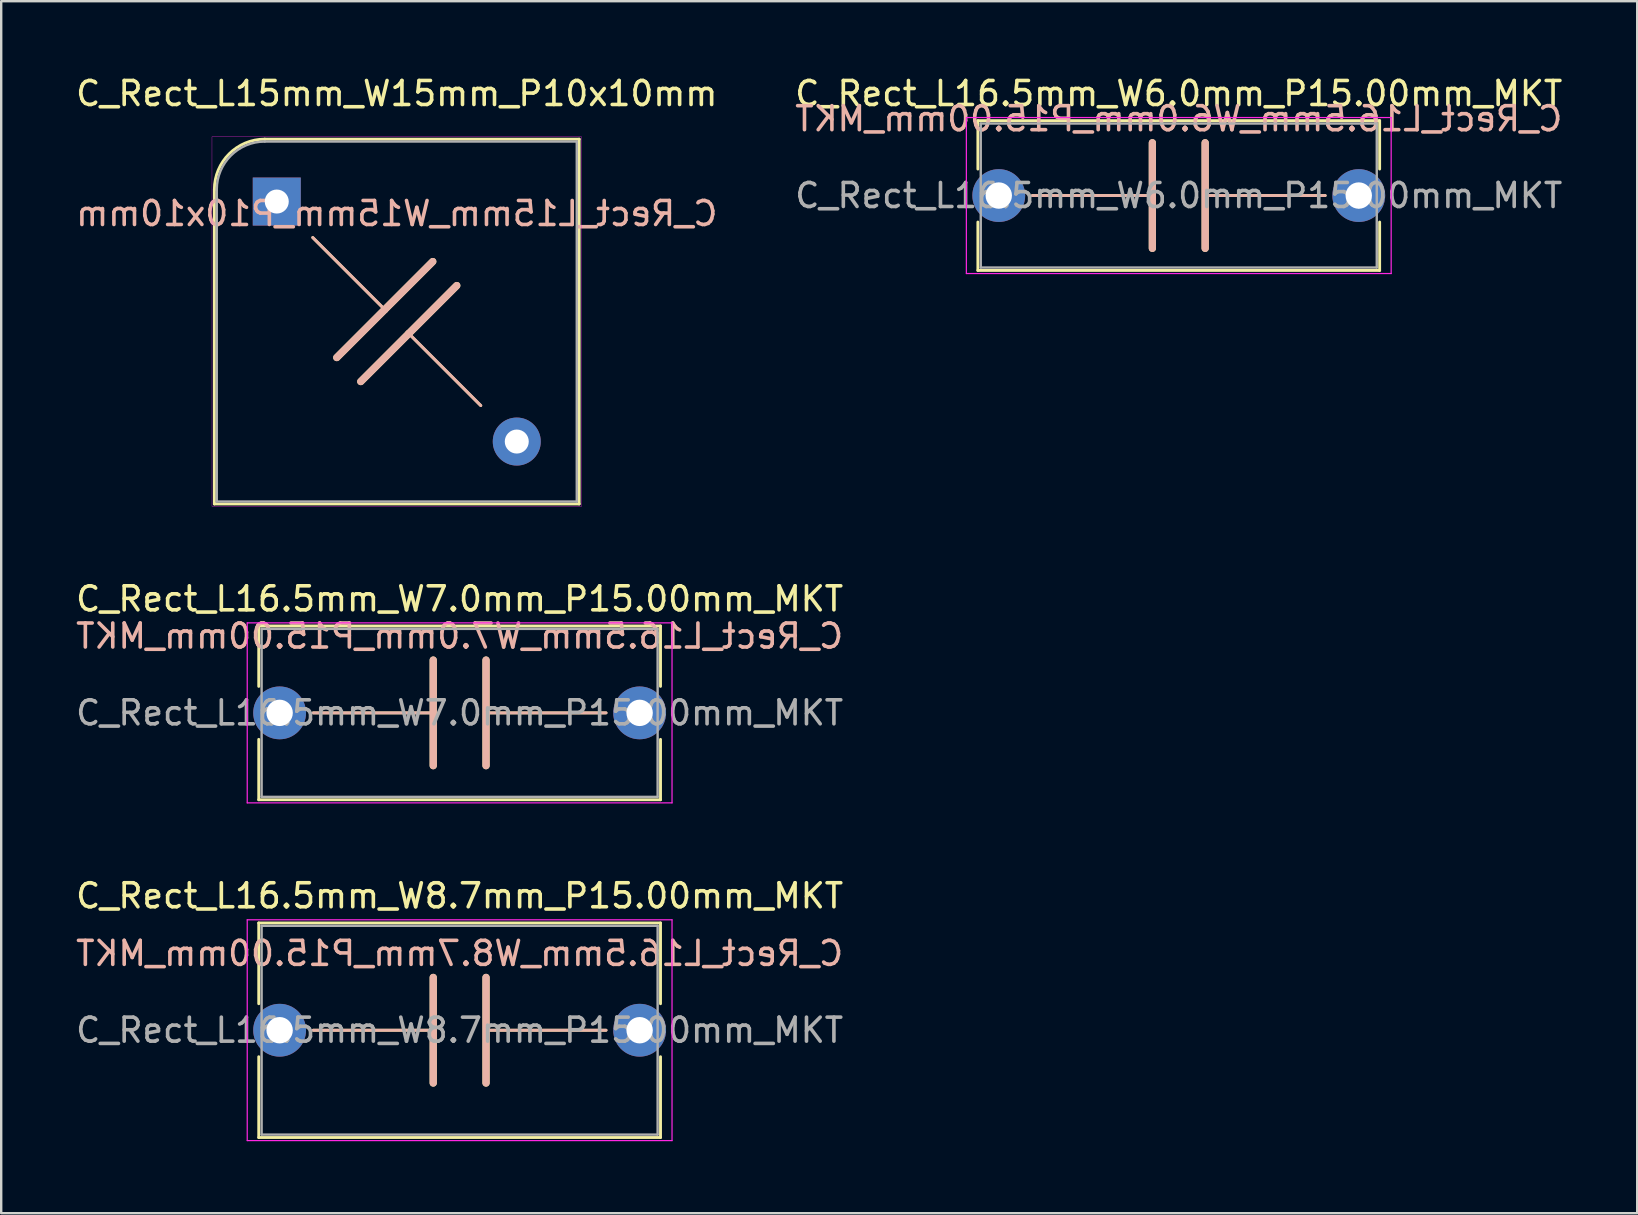
<source format=kicad_pcb>
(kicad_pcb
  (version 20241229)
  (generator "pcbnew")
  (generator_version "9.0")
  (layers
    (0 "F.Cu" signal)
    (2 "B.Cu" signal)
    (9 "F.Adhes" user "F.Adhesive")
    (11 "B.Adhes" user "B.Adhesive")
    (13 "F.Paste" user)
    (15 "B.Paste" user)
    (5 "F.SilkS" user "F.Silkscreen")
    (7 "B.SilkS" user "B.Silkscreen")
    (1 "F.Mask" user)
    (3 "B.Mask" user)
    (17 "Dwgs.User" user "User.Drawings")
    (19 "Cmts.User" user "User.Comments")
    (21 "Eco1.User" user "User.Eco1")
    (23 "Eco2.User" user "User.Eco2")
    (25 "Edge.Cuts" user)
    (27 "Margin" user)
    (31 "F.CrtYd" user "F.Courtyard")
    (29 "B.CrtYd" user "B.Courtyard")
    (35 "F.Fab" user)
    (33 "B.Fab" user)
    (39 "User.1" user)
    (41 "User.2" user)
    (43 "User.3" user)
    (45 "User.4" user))
  (footprint "C_Rect_L16.5mm_W7.0mm_P15.00mm_MKT"
    (layer "F.Cu")
    (at 8.601 26.653)
    (property "Reference" "C_Rect_L16.5mm_W7.0mm_P15.00mm_MKT" (at 7.5 -4.75 0) (layer "F.SilkS") (effects (font (size 1 1) (thickness 0.15))))
    (fp_line (start -0.87 -3.62) (end -0.87 -1.104) (stroke (width 0.12) (type solid)) (layer "F.SilkS"))
    (fp_line (start -0.87 -3.62) (end 15.87 -3.62) (stroke (width 0.12) (type solid)) (layer "F.SilkS"))
    (fp_line (start -0.87 1.104) (end -0.87 3.62) (stroke (width 0.12) (type solid)) (layer "F.SilkS"))
    (fp_line (start -0.87 3.62) (end 15.87 3.62) (stroke (width 0.12) (type solid)) (layer "F.SilkS"))
    (fp_line (start 1.4 0) (end 6.4 0) (stroke (width 0.12) (type solid)) (layer "F.SilkS"))
    (fp_line (start 6.4 -2.2) (end 6.4 2.2) (stroke (width 0.3) (type solid)) (layer "F.SilkS"))
    (fp_line (start 8.6 -2.2) (end 8.6 2.2) (stroke (width 0.3) (type solid)) (layer "F.SilkS"))
    (fp_line (start 8.6 0) (end 13.6 0) (stroke (width 0.12) (type solid)) (layer "F.SilkS"))
    (fp_line (start 15.87 -3.62) (end 15.87 -1.104) (stroke (width 0.12) (type solid)) (layer "F.SilkS"))
    (fp_line (start 15.87 1.104) (end 15.87 3.62) (stroke (width 0.12) (type solid)) (layer "F.SilkS"))
    (fp_line (start 1.4 0) (end 6.4 0) (stroke (width 0.12) (type solid)) (layer "B.SilkS"))
    (fp_line (start 6.4 2.2) (end 6.4 -2.2) (stroke (width 0.3) (type solid)) (layer "B.SilkS"))
    (fp_line (start 8.6 0) (end 13.6 0) (stroke (width 0.12) (type solid)) (layer "B.SilkS"))
    (fp_line (start 8.6 2.2) (end 8.6 -2.2) (stroke (width 0.3) (type solid)) (layer "B.SilkS"))
    (fp_line (start -1.35 -3.75) (end -1.35 3.75) (stroke (width 0.05) (type solid)) (layer "F.CrtYd"))
    (fp_line (start -1.35 3.75) (end 16.35 3.75) (stroke (width 0.05) (type solid)) (layer "F.CrtYd"))
    (fp_line (start 16.35 -3.75) (end -1.35 -3.75) (stroke (width 0.05) (type solid)) (layer "F.CrtYd"))
    (fp_line (start 16.35 3.75) (end 16.35 -3.75) (stroke (width 0.05) (type solid)) (layer "F.CrtYd"))
    (fp_line (start -0.75 -3.5) (end -0.75 3.5) (stroke (width 0.1) (type solid)) (layer "F.Fab"))
    (fp_line (start -0.75 3.5) (end 15.75 3.5) (stroke (width 0.1) (type solid)) (layer "F.Fab"))
    (fp_line (start 15.75 -3.5) (end -0.75 -3.5) (stroke (width 0.1) (type solid)) (layer "F.Fab"))
    (fp_line (start 15.75 3.5) (end 15.75 -3.5) (stroke (width 0.1) (type solid)) (layer "F.Fab"))
    (fp_text user "${REFERENCE}" (at 7.5 -3.2 0) (layer "B.SilkS") (effects (font (size 1 1) (thickness 0.15)) (justify mirror)))
    (fp_text user "${REFERENCE}" (at 7.5 0 0) (layer "F.Fab") (effects (font (size 1 1) (thickness 0.15))))
    (pad "1" thru_hole circle (at 0 0) (size 2.2 2.2) (drill 1.1) (layers "*.Cu" "*.Mask"))
    (pad "2" thru_hole circle (at 15 0) (size 2.2 2.2) (drill 1.1) (layers "*.Cu" "*.Mask")))
  (footprint "C_Rect_L16.5mm_W8.7mm_P15.00mm_MKT"
    (layer "F.Cu")
    (at 8.601 39.876)
    (property "Reference" "C_Rect_L16.5mm_W8.7mm_P15.00mm_MKT" (at 7.5 -5.6 0) (layer "F.SilkS") (effects (font (size 1 1) (thickness 0.15))))
    (fp_line (start -0.87 -4.47) (end -0.87 -1.104) (stroke (width 0.12) (type solid)) (layer "F.SilkS"))
    (fp_line (start -0.87 -4.47) (end 15.87 -4.47) (stroke (width 0.12) (type solid)) (layer "F.SilkS"))
    (fp_line (start -0.87 1.104) (end -0.87 4.47) (stroke (width 0.12) (type solid)) (layer "F.SilkS"))
    (fp_line (start -0.87 4.47) (end 15.87 4.47) (stroke (width 0.12) (type solid)) (layer "F.SilkS"))
    (fp_line (start 1.4 0) (end 6.4 0) (stroke (width 0.12) (type solid)) (layer "F.SilkS"))
    (fp_line (start 6.4 -2.2) (end 6.4 2.2) (stroke (width 0.3) (type solid)) (layer "F.SilkS"))
    (fp_line (start 8.6 -2.2) (end 8.6 2.2) (stroke (width 0.3) (type solid)) (layer "F.SilkS"))
    (fp_line (start 8.6 0) (end 13.6 0) (stroke (width 0.12) (type solid)) (layer "F.SilkS"))
    (fp_line (start 15.87 -4.47) (end 15.87 -1.104) (stroke (width 0.12) (type solid)) (layer "F.SilkS"))
    (fp_line (start 15.87 1.104) (end 15.87 4.47) (stroke (width 0.12) (type solid)) (layer "F.SilkS"))
    (fp_line (start 1.4 0) (end 6.4 0) (stroke (width 0.12) (type solid)) (layer "B.SilkS"))
    (fp_line (start 6.4 2.2) (end 6.4 -2.2) (stroke (width 0.3) (type solid)) (layer "B.SilkS"))
    (fp_line (start 8.6 0) (end 13.6 0) (stroke (width 0.12) (type solid)) (layer "B.SilkS"))
    (fp_line (start 8.6 2.2) (end 8.6 -2.2) (stroke (width 0.3) (type solid)) (layer "B.SilkS"))
    (fp_line (start -1.35 -4.6) (end -1.35 4.6) (stroke (width 0.05) (type solid)) (layer "F.CrtYd"))
    (fp_line (start -1.35 4.6) (end 16.35 4.6) (stroke (width 0.05) (type solid)) (layer "F.CrtYd"))
    (fp_line (start 16.35 -4.6) (end -1.35 -4.6) (stroke (width 0.05) (type solid)) (layer "F.CrtYd"))
    (fp_line (start 16.35 4.6) (end 16.35 -4.6) (stroke (width 0.05) (type solid)) (layer "F.CrtYd"))
    (fp_line (start -0.75 -4.35) (end -0.75 4.35) (stroke (width 0.1) (type solid)) (layer "F.Fab"))
    (fp_line (start -0.75 4.35) (end 15.75 4.35) (stroke (width 0.1) (type solid)) (layer "F.Fab"))
    (fp_line (start 15.75 -4.35) (end -0.75 -4.35) (stroke (width 0.1) (type solid)) (layer "F.Fab"))
    (fp_line (start 15.75 4.35) (end 15.75 -4.35) (stroke (width 0.1) (type solid)) (layer "F.Fab"))
    (fp_text user "${REFERENCE}" (at 7.5 -3.2 0) (layer "B.SilkS") (effects (font (size 1 1) (thickness 0.15)) (justify mirror)))
    (fp_text user "${REFERENCE}" (at 7.5 0 0) (layer "F.Fab") (effects (font (size 1 1) (thickness 0.15))))
    (pad "1" thru_hole circle (at 0 0) (size 2.2 2.2) (drill 1.1) (layers "*.Cu" "*.Mask"))
    (pad "2" thru_hole circle (at 15 0) (size 2.2 2.2) (drill 1.1) (layers "*.Cu" "*.Mask")))
  (footprint "C_Rect_L15mm_W15mm_P10x10mm"
    (layer "F.Cu")
    (at 13.482 10.348)
    (property "Reference" "C_Rect_L15mm_W15mm_P10x10mm" (at 0 -9.5 0) (unlocked yes) (layer "F.SilkS") (effects (font (size 1 1) (thickness 0.15))))
    (fp_line (start -7.6 -5.5) (end -7.6 7.6) (stroke (width 0.12) (type solid)) (layer "F.SilkS"))
    (fp_line (start -7.6 7.6) (end 7.6 7.6) (stroke (width 0.12) (type solid)) (layer "F.SilkS"))
    (fp_line (start -3.5 -3.5) (end -0.5 -0.5) (stroke (width 0.12) (type solid)) (layer "F.SilkS"))
    (fp_line (start -0.5 -0.5) (end -2.5 1.5) (stroke (width 0.3) (type solid)) (layer "F.SilkS"))
    (fp_line (start -0.5 -0.5) (end 1.5 -2.5) (stroke (width 0.3) (type solid)) (layer "F.SilkS"))
    (fp_line (start 0.5 0.5) (end -1.5 2.5) (stroke (width 0.3) (type solid)) (layer "F.SilkS"))
    (fp_line (start 0.5 0.5) (end 2.5 -1.5) (stroke (width 0.3) (type solid)) (layer "F.SilkS"))
    (fp_line (start 3.5 3.5) (end 0.5 0.5) (stroke (width 0.12) (type solid)) (layer "F.SilkS"))
    (fp_line (start 7.6 -7.6) (end -5.5 -7.6) (stroke (width 0.12) (type solid)) (layer "F.SilkS"))
    (fp_line (start 7.6 7.6) (end 7.6 -7.6) (stroke (width 0.12) (type solid)) (layer "F.SilkS"))
    (fp_arc (start -7.6 -5.5) (mid -6.984924 -6.984924) (end -5.5 -7.6) (stroke (width 0.12) (type solid)) (layer "F.SilkS"))
    (fp_line (start -3.5 -3.5) (end -0.5 -0.5) (stroke (width 0.12) (type solid)) (layer "B.SilkS"))
    (fp_line (start -0.5 -0.5) (end -2.5 1.5) (stroke (width 0.3) (type solid)) (layer "B.SilkS"))
    (fp_line (start -0.5 -0.5) (end 1.5 -2.5) (stroke (width 0.3) (type solid)) (layer "B.SilkS"))
    (fp_line (start 0.5 0.5) (end -1.5 2.5) (stroke (width 0.3) (type solid)) (layer "B.SilkS"))
    (fp_line (start 0.5 0.5) (end 2.5 -1.5) (stroke (width 0.3) (type solid)) (layer "B.SilkS"))
    (fp_line (start 3.5 3.5) (end 0.5 0.5) (stroke (width 0.12) (type solid)) (layer "B.SilkS"))
    (fp_rect (start -7.7 -7.7) (end 7.7 7.7) (stroke (width 0.013) (type solid)) (fill no) (layer "F.CrtYd"))
    (fp_line (start -7.5 -5.5) (end -7.5 7.5) (stroke (width 0.1) (type solid)) (layer "F.Fab"))
    (fp_line (start -7.5 7.5) (end 7.5 7.5) (stroke (width 0.1) (type solid)) (layer "F.Fab"))
    (fp_line (start 7.5 -7.5) (end -5.5 -7.5) (stroke (width 0.1) (type solid)) (layer "F.Fab"))
    (fp_line (start 7.5 7.5) (end 7.5 -7.5) (stroke (width 0.1) (type solid)) (layer "F.Fab"))
    (fp_arc (start -7.5 -5.5) (mid -6.914214 -6.914214) (end -5.5 -7.5) (stroke (width 0.1) (type solid)) (layer "F.Fab"))
    (fp_text user "${REFERENCE}" (at 0 -4.5 0) (layer "B.SilkS") (effects (font (size 1 1) (thickness 0.15)) (justify mirror)))
    (pad "1" thru_hole rect (at -5 -5) (size 2 2) (drill 1) (layers "*.Cu" "*.Mask"))
    (pad "2" thru_hole circle (at 5 5) (size 2 2) (drill 1) (layers "*.Cu" "*.Mask")))
  (footprint "C_Rect_L16.5mm_W6.0mm_P15.00mm_MKT"
    (layer "F.Cu")
    (at 38.565 5.098)
    (property "Reference" "C_Rect_L16.5mm_W6.0mm_P15.00mm_MKT" (at 7.5 -4.25 0) (layer "F.SilkS") (effects (font (size 1 1) (thickness 0.15))))
    (fp_line (start -0.87 -3.12) (end -0.87 -1.104) (stroke (width 0.12) (type solid)) (layer "F.SilkS"))
    (fp_line (start -0.87 -3.12) (end 15.87 -3.12) (stroke (width 0.12) (type solid)) (layer "F.SilkS"))
    (fp_line (start -0.87 1.104) (end -0.87 3.12) (stroke (width 0.12) (type solid)) (layer "F.SilkS"))
    (fp_line (start -0.87 3.12) (end 15.87 3.12) (stroke (width 0.12) (type solid)) (layer "F.SilkS"))
    (fp_line (start 1.4 0) (end 6.4 0) (stroke (width 0.12) (type solid)) (layer "F.SilkS"))
    (fp_line (start 6.4 -2.2) (end 6.4 2.2) (stroke (width 0.3) (type solid)) (layer "F.SilkS"))
    (fp_line (start 8.6 -2.2) (end 8.6 2.2) (stroke (width 0.3) (type solid)) (layer "F.SilkS"))
    (fp_line (start 8.6 0) (end 13.6 0) (stroke (width 0.12) (type solid)) (layer "F.SilkS"))
    (fp_line (start 15.87 -3.12) (end 15.87 -1.104) (stroke (width 0.12) (type solid)) (layer "F.SilkS"))
    (fp_line (start 15.87 1.104) (end 15.87 3.12) (stroke (width 0.12) (type solid)) (layer "F.SilkS"))
    (fp_line (start 1.4 0) (end 6.4 0) (stroke (width 0.12) (type solid)) (layer "B.SilkS"))
    (fp_line (start 6.4 2.2) (end 6.4 -2.2) (stroke (width 0.3) (type solid)) (layer "B.SilkS"))
    (fp_line (start 8.6 0) (end 13.6 0) (stroke (width 0.12) (type solid)) (layer "B.SilkS"))
    (fp_line (start 8.6 2.2) (end 8.6 -2.2) (stroke (width 0.3) (type solid)) (layer "B.SilkS"))
    (fp_line (start -1.35 -3.25) (end -1.35 3.25) (stroke (width 0.05) (type solid)) (layer "F.CrtYd"))
    (fp_line (start -1.35 3.25) (end 16.35 3.25) (stroke (width 0.05) (type solid)) (layer "F.CrtYd"))
    (fp_line (start 16.35 -3.25) (end -1.35 -3.25) (stroke (width 0.05) (type solid)) (layer "F.CrtYd"))
    (fp_line (start 16.35 3.25) (end 16.35 -3.25) (stroke (width 0.05) (type solid)) (layer "F.CrtYd"))
    (fp_line (start -0.75 -3) (end -0.75 3) (stroke (width 0.1) (type solid)) (layer "F.Fab"))
    (fp_line (start -0.75 3) (end 15.75 3) (stroke (width 0.1) (type solid)) (layer "F.Fab"))
    (fp_line (start 15.75 -3) (end -0.75 -3) (stroke (width 0.1) (type solid)) (layer "F.Fab"))
    (fp_line (start 15.75 3) (end 15.75 -3) (stroke (width 0.1) (type solid)) (layer "F.Fab"))
    (fp_text user "${REFERENCE}" (at 7.5 -3.2 0) (layer "B.SilkS") (effects (font (size 1 1) (thickness 0.15)) (justify mirror)))
    (fp_text user "${REFERENCE}" (at 7.5 0 0) (layer "F.Fab") (effects (font (size 1 1) (thickness 0.15))))
    (pad "1" thru_hole circle (at 0 0) (size 2.2 2.2) (drill 1.1) (layers "*.Cu" "*.Mask"))
    (pad "2" thru_hole circle (at 15 0) (size 2.2 2.2) (drill 1.1) (layers "*.Cu" "*.Mask")))
  (gr_rect
    (start -3 -3)
    (end 65.167 47.501)
    (stroke (width 0.1) (type default))
    (fill no)
    (layer "Edge.Cuts")))
</source>
